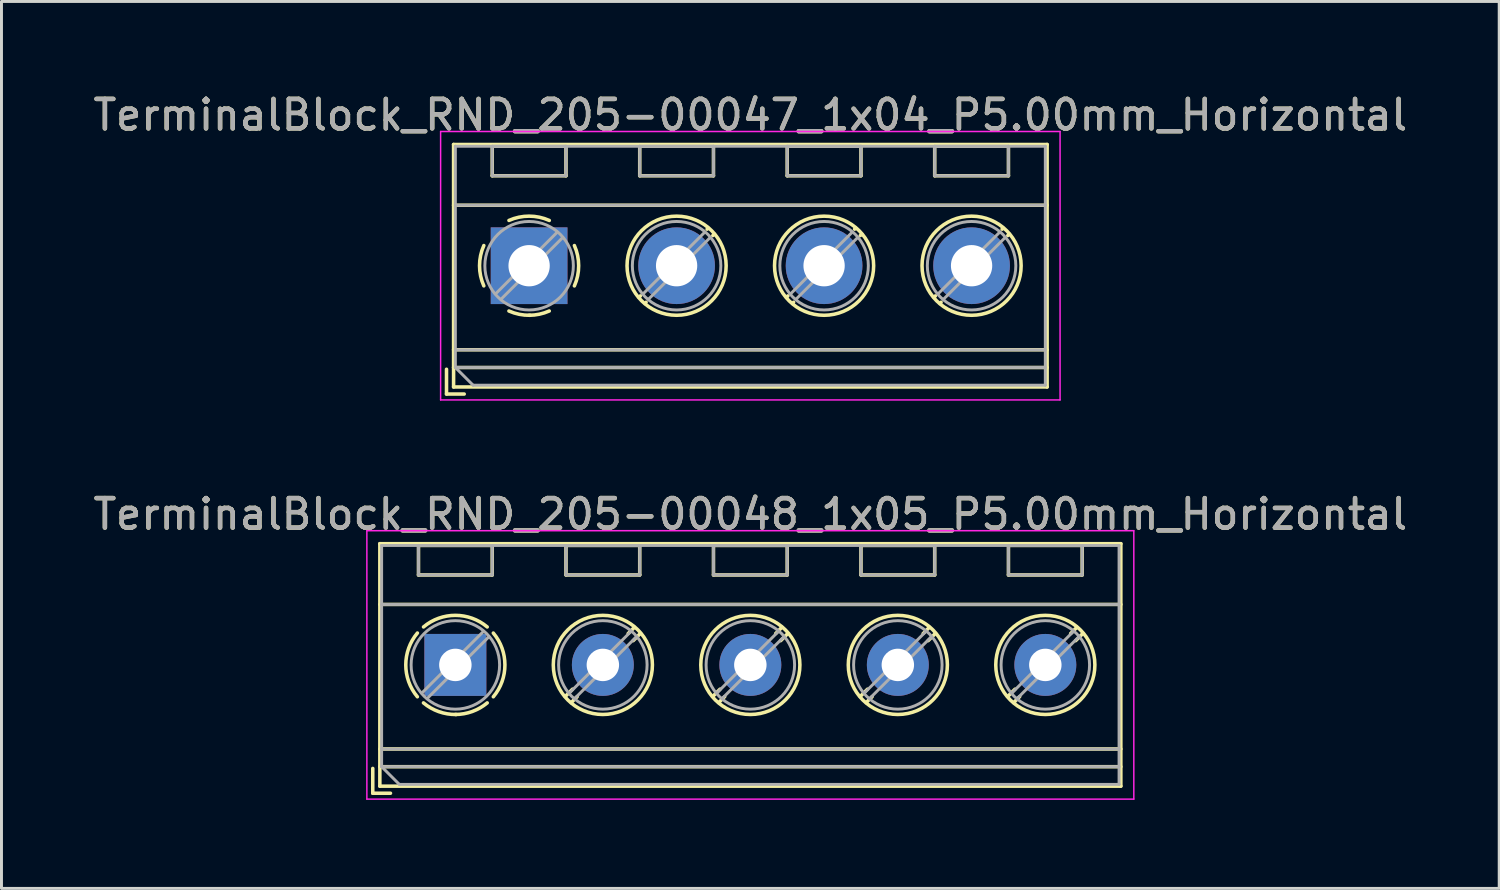
<source format=kicad_pcb>
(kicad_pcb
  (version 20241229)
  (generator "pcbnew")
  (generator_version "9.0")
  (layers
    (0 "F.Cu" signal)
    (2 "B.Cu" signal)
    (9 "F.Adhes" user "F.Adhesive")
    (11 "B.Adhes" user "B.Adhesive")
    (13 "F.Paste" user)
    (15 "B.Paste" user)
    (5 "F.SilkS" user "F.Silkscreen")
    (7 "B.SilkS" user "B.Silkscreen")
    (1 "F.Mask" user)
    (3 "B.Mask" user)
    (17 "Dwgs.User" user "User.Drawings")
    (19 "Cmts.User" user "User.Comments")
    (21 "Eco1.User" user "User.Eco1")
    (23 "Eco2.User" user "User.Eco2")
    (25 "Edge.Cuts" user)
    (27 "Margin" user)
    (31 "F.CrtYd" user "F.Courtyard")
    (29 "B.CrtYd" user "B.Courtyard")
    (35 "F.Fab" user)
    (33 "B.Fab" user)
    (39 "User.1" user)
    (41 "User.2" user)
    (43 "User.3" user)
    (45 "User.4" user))
  (footprint "TerminalBlock_RND_205-00048_1x05_P5.00mm_Horizontal"
    (layer "F.Cu")
    (at 12.387 19.491)
    (property "Reference" "TerminalBlock_RND_205-00048_1x05_P5.00mm_Horizontal" (at 10 -5.11 0) (layer "F.SilkS") (effects (font (size 1 1) (thickness 0.15))))
    (attr through_hole)
    (fp_line (start -2.8 3.51) (end -2.8 4.35) (stroke (width 0.12) (type solid)) (layer "F.SilkS"))
    (fp_line (start -2.8 4.35) (end -2.2 4.35) (stroke (width 0.12) (type solid)) (layer "F.SilkS"))
    (fp_line (start -2.56 -4.11) (end -2.56 4.11) (stroke (width 0.12) (type solid)) (layer "F.SilkS"))
    (fp_line (start -2.56 -4.11) (end 22.56 -4.11) (stroke (width 0.12) (type solid)) (layer "F.SilkS"))
    (fp_line (start -2.56 -2.05) (end 22.56 -2.05) (stroke (width 0.12) (type solid)) (layer "F.SilkS"))
    (fp_line (start -2.56 2.85) (end 22.56 2.85) (stroke (width 0.12) (type solid)) (layer "F.SilkS"))
    (fp_line (start -2.56 3.45) (end 22.56 3.45) (stroke (width 0.12) (type solid)) (layer "F.SilkS"))
    (fp_line (start -2.56 4.11) (end 22.56 4.11) (stroke (width 0.12) (type solid)) (layer "F.SilkS"))
    (fp_line (start -1.25 -4.05) (end -1.25 -3.05) (stroke (width 0.12) (type solid)) (layer "F.SilkS"))
    (fp_line (start -1.25 -4.05) (end 1.25 -4.05) (stroke (width 0.12) (type solid)) (layer "F.SilkS"))
    (fp_line (start -1.25 -3.05) (end 1.25 -3.05) (stroke (width 0.12) (type solid)) (layer "F.SilkS"))
    (fp_line (start 1.25 -4.05) (end 1.25 -3.05) (stroke (width 0.12) (type solid)) (layer "F.SilkS"))
    (fp_line (start 3.75 -4.05) (end 3.75 -3.05) (stroke (width 0.12) (type solid)) (layer "F.SilkS"))
    (fp_line (start 3.75 -4.05) (end 6.25 -4.05) (stroke (width 0.12) (type solid)) (layer "F.SilkS"))
    (fp_line (start 3.75 -3.05) (end 6.25 -3.05) (stroke (width 0.12) (type solid)) (layer "F.SilkS"))
    (fp_line (start 3.972 0.823) (end 3.726 1.069) (stroke (width 0.12) (type solid)) (layer "F.SilkS"))
    (fp_line (start 4.13 1.075) (end 3.931 1.274) (stroke (width 0.12) (type solid)) (layer "F.SilkS"))
    (fp_line (start 6.07 -1.275) (end 5.859 -1.064) (stroke (width 0.12) (type solid)) (layer "F.SilkS"))
    (fp_line (start 6.25 -4.05) (end 6.25 -3.05) (stroke (width 0.12) (type solid)) (layer "F.SilkS"))
    (fp_line (start 6.275 -1.069) (end 6.029 -0.823) (stroke (width 0.12) (type solid)) (layer "F.SilkS"))
    (fp_line (start 8.75 -4.05) (end 8.75 -3.05) (stroke (width 0.12) (type solid)) (layer "F.SilkS"))
    (fp_line (start 8.75 -4.05) (end 11.25 -4.05) (stroke (width 0.12) (type solid)) (layer "F.SilkS"))
    (fp_line (start 8.75 -3.05) (end 11.25 -3.05) (stroke (width 0.12) (type solid)) (layer "F.SilkS"))
    (fp_line (start 8.972 0.823) (end 8.726 1.069) (stroke (width 0.12) (type solid)) (layer "F.SilkS"))
    (fp_line (start 9.13 1.075) (end 8.931 1.274) (stroke (width 0.12) (type solid)) (layer "F.SilkS"))
    (fp_line (start 11.07 -1.275) (end 10.859 -1.064) (stroke (width 0.12) (type solid)) (layer "F.SilkS"))
    (fp_line (start 11.25 -4.05) (end 11.25 -3.05) (stroke (width 0.12) (type solid)) (layer "F.SilkS"))
    (fp_line (start 11.275 -1.069) (end 11.029 -0.823) (stroke (width 0.12) (type solid)) (layer "F.SilkS"))
    (fp_line (start 13.75 -4.05) (end 13.75 -3.05) (stroke (width 0.12) (type solid)) (layer "F.SilkS"))
    (fp_line (start 13.75 -4.05) (end 16.25 -4.05) (stroke (width 0.12) (type solid)) (layer "F.SilkS"))
    (fp_line (start 13.75 -3.05) (end 16.25 -3.05) (stroke (width 0.12) (type solid)) (layer "F.SilkS"))
    (fp_line (start 13.972 0.823) (end 13.726 1.069) (stroke (width 0.12) (type solid)) (layer "F.SilkS"))
    (fp_line (start 14.13 1.075) (end 13.931 1.274) (stroke (width 0.12) (type solid)) (layer "F.SilkS"))
    (fp_line (start 16.07 -1.275) (end 15.859 -1.064) (stroke (width 0.12) (type solid)) (layer "F.SilkS"))
    (fp_line (start 16.25 -4.05) (end 16.25 -3.05) (stroke (width 0.12) (type solid)) (layer "F.SilkS"))
    (fp_line (start 16.275 -1.069) (end 16.029 -0.823) (stroke (width 0.12) (type solid)) (layer "F.SilkS"))
    (fp_line (start 18.75 -4.05) (end 18.75 -3.05) (stroke (width 0.12) (type solid)) (layer "F.SilkS"))
    (fp_line (start 18.75 -4.05) (end 21.25 -4.05) (stroke (width 0.12) (type solid)) (layer "F.SilkS"))
    (fp_line (start 18.75 -3.05) (end 21.25 -3.05) (stroke (width 0.12) (type solid)) (layer "F.SilkS"))
    (fp_line (start 18.972 0.823) (end 18.726 1.069) (stroke (width 0.12) (type solid)) (layer "F.SilkS"))
    (fp_line (start 19.13 1.075) (end 18.931 1.274) (stroke (width 0.12) (type solid)) (layer "F.SilkS"))
    (fp_line (start 21.07 -1.275) (end 20.859 -1.064) (stroke (width 0.12) (type solid)) (layer "F.SilkS"))
    (fp_line (start 21.25 -4.05) (end 21.25 -3.05) (stroke (width 0.12) (type solid)) (layer "F.SilkS"))
    (fp_line (start 21.275 -1.069) (end 21.029 -0.823) (stroke (width 0.12) (type solid)) (layer "F.SilkS"))
    (fp_line (start 22.56 -4.11) (end 22.56 4.11) (stroke (width 0.12) (type solid)) (layer "F.SilkS"))
    (fp_arc (start -1.288062 1.079734) (mid -1.680752 -0.000826) (end -1.287 -1.081) (stroke (width 0.12) (type solid)) (layer "F.SilkS"))
    (fp_arc (start -1.079908 -1.287078) (mid 0.00006 -1.68011) (end 1.08 -1.287) (stroke (width 0.12) (type solid)) (layer "F.SilkS"))
    (fp_arc (start 0.028507 1.680511) (mid -0.561826 1.584071) (end -1.081 1.287) (stroke (width 0.12) (type solid)) (layer "F.SilkS"))
    (fp_arc (start 1.079883 1.286955) (mid 0.574594 1.578684) (end 0 1.68) (stroke (width 0.12) (type solid)) (layer "F.SilkS"))
    (fp_arc (start 1.287078 -1.079908) (mid 1.68011 0.00006) (end 1.287 1.08) (stroke (width 0.12) (type solid)) (layer "F.SilkS"))
    (fp_circle (center 5 0) (end 6.68 0) (stroke (width 0.12) (type solid)) (fill no) (layer "F.SilkS"))
    (fp_circle (center 10 0) (end 11.68 0) (stroke (width 0.12) (type solid)) (fill no) (layer "F.SilkS"))
    (fp_circle (center 15 0) (end 16.68 0) (stroke (width 0.12) (type solid)) (fill no) (layer "F.SilkS"))
    (fp_circle (center 20 0) (end 21.68 0) (stroke (width 0.12) (type solid)) (fill no) (layer "F.SilkS"))
    (fp_line (start -3 -4.55) (end -3 4.55) (stroke (width 0.05) (type solid)) (layer "F.CrtYd"))
    (fp_line (start -3 4.55) (end 23 4.55) (stroke (width 0.05) (type solid)) (layer "F.CrtYd"))
    (fp_line (start 23 -4.55) (end -3 -4.55) (stroke (width 0.05) (type solid)) (layer "F.CrtYd"))
    (fp_line (start 23 4.55) (end 23 -4.55) (stroke (width 0.05) (type solid)) (layer "F.CrtYd"))
    (fp_line (start -2.5 -4.05) (end 22.5 -4.05) (stroke (width 0.1) (type solid)) (layer "F.Fab"))
    (fp_line (start -2.5 -2.05) (end 22.5 -2.05) (stroke (width 0.1) (type solid)) (layer "F.Fab"))
    (fp_line (start -2.5 2.85) (end 22.5 2.85) (stroke (width 0.1) (type solid)) (layer "F.Fab"))
    (fp_line (start -2.5 3.45) (end -2.5 -4.05) (stroke (width 0.1) (type solid)) (layer "F.Fab"))
    (fp_line (start -2.5 3.45) (end 22.5 3.45) (stroke (width 0.1) (type solid)) (layer "F.Fab"))
    (fp_line (start -1.9 4.05) (end -2.5 3.45) (stroke (width 0.1) (type solid)) (layer "F.Fab"))
    (fp_line (start -1.25 -4.05) (end -1.25 -3.05) (stroke (width 0.1) (type solid)) (layer "F.Fab"))
    (fp_line (start -1.25 -3.05) (end 1.25 -3.05) (stroke (width 0.1) (type solid)) (layer "F.Fab"))
    (fp_line (start 0.955 -1.138) (end -1.138 0.955) (stroke (width 0.1) (type solid)) (layer "F.Fab"))
    (fp_line (start 1.138 -0.955) (end -0.955 1.138) (stroke (width 0.1) (type solid)) (layer "F.Fab"))
    (fp_line (start 1.25 -4.05) (end -1.25 -4.05) (stroke (width 0.1) (type solid)) (layer "F.Fab"))
    (fp_line (start 1.25 -3.05) (end 1.25 -4.05) (stroke (width 0.1) (type solid)) (layer "F.Fab"))
    (fp_line (start 3.75 -4.05) (end 3.75 -3.05) (stroke (width 0.1) (type solid)) (layer "F.Fab"))
    (fp_line (start 3.75 -3.05) (end 6.25 -3.05) (stroke (width 0.1) (type solid)) (layer "F.Fab"))
    (fp_line (start 5.955 -1.138) (end 3.863 0.955) (stroke (width 0.1) (type solid)) (layer "F.Fab"))
    (fp_line (start 6.138 -0.955) (end 4.046 1.138) (stroke (width 0.1) (type solid)) (layer "F.Fab"))
    (fp_line (start 6.25 -4.05) (end 3.75 -4.05) (stroke (width 0.1) (type solid)) (layer "F.Fab"))
    (fp_line (start 6.25 -3.05) (end 6.25 -4.05) (stroke (width 0.1) (type solid)) (layer "F.Fab"))
    (fp_line (start 8.75 -4.05) (end 8.75 -3.05) (stroke (width 0.1) (type solid)) (layer "F.Fab"))
    (fp_line (start 8.75 -3.05) (end 11.25 -3.05) (stroke (width 0.1) (type solid)) (layer "F.Fab"))
    (fp_line (start 10.955 -1.138) (end 8.863 0.955) (stroke (width 0.1) (type solid)) (layer "F.Fab"))
    (fp_line (start 11.138 -0.955) (end 9.046 1.138) (stroke (width 0.1) (type solid)) (layer "F.Fab"))
    (fp_line (start 11.25 -4.05) (end 8.75 -4.05) (stroke (width 0.1) (type solid)) (layer "F.Fab"))
    (fp_line (start 11.25 -3.05) (end 11.25 -4.05) (stroke (width 0.1) (type solid)) (layer "F.Fab"))
    (fp_line (start 13.75 -4.05) (end 13.75 -3.05) (stroke (width 0.1) (type solid)) (layer "F.Fab"))
    (fp_line (start 13.75 -3.05) (end 16.25 -3.05) (stroke (width 0.1) (type solid)) (layer "F.Fab"))
    (fp_line (start 15.955 -1.138) (end 13.863 0.955) (stroke (width 0.1) (type solid)) (layer "F.Fab"))
    (fp_line (start 16.138 -0.955) (end 14.046 1.138) (stroke (width 0.1) (type solid)) (layer "F.Fab"))
    (fp_line (start 16.25 -4.05) (end 13.75 -4.05) (stroke (width 0.1) (type solid)) (layer "F.Fab"))
    (fp_line (start 16.25 -3.05) (end 16.25 -4.05) (stroke (width 0.1) (type solid)) (layer "F.Fab"))
    (fp_line (start 18.75 -4.05) (end 18.75 -3.05) (stroke (width 0.1) (type solid)) (layer "F.Fab"))
    (fp_line (start 18.75 -3.05) (end 21.25 -3.05) (stroke (width 0.1) (type solid)) (layer "F.Fab"))
    (fp_line (start 20.955 -1.138) (end 18.863 0.955) (stroke (width 0.1) (type solid)) (layer "F.Fab"))
    (fp_line (start 21.138 -0.955) (end 19.046 1.138) (stroke (width 0.1) (type solid)) (layer "F.Fab"))
    (fp_line (start 21.25 -4.05) (end 18.75 -4.05) (stroke (width 0.1) (type solid)) (layer "F.Fab"))
    (fp_line (start 21.25 -3.05) (end 21.25 -4.05) (stroke (width 0.1) (type solid)) (layer "F.Fab"))
    (fp_line (start 22.5 -4.05) (end 22.5 4.05) (stroke (width 0.1) (type solid)) (layer "F.Fab"))
    (fp_line (start 22.5 4.05) (end -1.9 4.05) (stroke (width 0.1) (type solid)) (layer "F.Fab"))
    (fp_circle (center 0 0) (end 1.5 0) (stroke (width 0.1) (type solid)) (fill no) (layer "F.Fab"))
    (fp_circle (center 5 0) (end 6.5 0) (stroke (width 0.1) (type solid)) (fill no) (layer "F.Fab"))
    (fp_circle (center 10 0) (end 11.5 0) (stroke (width 0.1) (type solid)) (fill no) (layer "F.Fab"))
    (fp_circle (center 15 0) (end 16.5 0) (stroke (width 0.1) (type solid)) (fill no) (layer "F.Fab"))
    (fp_circle (center 20 0) (end 21.5 0) (stroke (width 0.1) (type solid)) (fill no) (layer "F.Fab"))
    (fp_text user "${REFERENCE}" (at 10 -5.11 0) (layer "F.Fab") (effects (font (size 1 1) (thickness 0.15))))
    (pad "1" thru_hole rect (at 0 0) (size 2.1 2.1) (drill 1.1) (layers "*.Cu" "*.Mask"))
    (pad "2" thru_hole circle (at 5 0) (size 2.1 2.1) (drill 1.1) (layers "*.Cu" "*.Mask"))
    (pad "3" thru_hole circle (at 10 0) (size 2.1 2.1) (drill 1.1) (layers "*.Cu" "*.Mask"))
    (pad "4" thru_hole circle (at 15 0) (size 2.1 2.1) (drill 1.1) (layers "*.Cu" "*.Mask"))
    (pad "5" thru_hole circle (at 20 0) (size 2.1 2.1) (drill 1.1) (layers "*.Cu" "*.Mask")))
  (footprint "TerminalBlock_RND_205-00047_1x04_P5.00mm_Horizontal"
    (layer "F.Cu")
    (at 14.887 5.958)
    (property "Reference" "TerminalBlock_RND_205-00047_1x04_P5.00mm_Horizontal" (at 7.5 -5.11 0) (layer "F.SilkS") (effects (font (size 1 1) (thickness 0.15))))
    (attr through_hole)
    (fp_line (start -2.8 3.51) (end -2.8 4.35) (stroke (width 0.12) (type solid)) (layer "F.SilkS"))
    (fp_line (start -2.8 4.35) (end -2.2 4.35) (stroke (width 0.12) (type solid)) (layer "F.SilkS"))
    (fp_line (start -2.56 -4.11) (end -2.56 4.11) (stroke (width 0.12) (type solid)) (layer "F.SilkS"))
    (fp_line (start -2.56 -4.11) (end 17.561 -4.11) (stroke (width 0.12) (type solid)) (layer "F.SilkS"))
    (fp_line (start -2.56 -2.05) (end 17.561 -2.05) (stroke (width 0.12) (type solid)) (layer "F.SilkS"))
    (fp_line (start -2.56 2.85) (end 17.561 2.85) (stroke (width 0.12) (type solid)) (layer "F.SilkS"))
    (fp_line (start -2.56 3.45) (end 17.561 3.45) (stroke (width 0.12) (type solid)) (layer "F.SilkS"))
    (fp_line (start -2.56 4.11) (end 17.561 4.11) (stroke (width 0.12) (type solid)) (layer "F.SilkS"))
    (fp_line (start -1.25 -4.05) (end -1.25 -3.05) (stroke (width 0.12) (type solid)) (layer "F.SilkS"))
    (fp_line (start -1.25 -4.05) (end 1.25 -4.05) (stroke (width 0.12) (type solid)) (layer "F.SilkS"))
    (fp_line (start -1.25 -3.05) (end 1.25 -3.05) (stroke (width 0.12) (type solid)) (layer "F.SilkS"))
    (fp_line (start 1.25 -4.05) (end 1.25 -3.05) (stroke (width 0.12) (type solid)) (layer "F.SilkS"))
    (fp_line (start 3.75 -4.05) (end 3.75 -3.05) (stroke (width 0.12) (type solid)) (layer "F.SilkS"))
    (fp_line (start 3.75 -4.05) (end 6.25 -4.05) (stroke (width 0.12) (type solid)) (layer "F.SilkS"))
    (fp_line (start 3.75 -3.05) (end 6.25 -3.05) (stroke (width 0.12) (type solid)) (layer "F.SilkS"))
    (fp_line (start 3.773 1.023) (end 3.726 1.069) (stroke (width 0.12) (type solid)) (layer "F.SilkS"))
    (fp_line (start 3.966 1.239) (end 3.931 1.274) (stroke (width 0.12) (type solid)) (layer "F.SilkS"))
    (fp_line (start 6.07 -1.275) (end 6.035 -1.239) (stroke (width 0.12) (type solid)) (layer "F.SilkS"))
    (fp_line (start 6.25 -4.05) (end 6.25 -3.05) (stroke (width 0.12) (type solid)) (layer "F.SilkS"))
    (fp_line (start 6.275 -1.069) (end 6.228 -1.023) (stroke (width 0.12) (type solid)) (layer "F.SilkS"))
    (fp_line (start 8.75 -4.05) (end 8.75 -3.05) (stroke (width 0.12) (type solid)) (layer "F.SilkS"))
    (fp_line (start 8.75 -4.05) (end 11.25 -4.05) (stroke (width 0.12) (type solid)) (layer "F.SilkS"))
    (fp_line (start 8.75 -3.05) (end 11.25 -3.05) (stroke (width 0.12) (type solid)) (layer "F.SilkS"))
    (fp_line (start 8.773 1.023) (end 8.726 1.069) (stroke (width 0.12) (type solid)) (layer "F.SilkS"))
    (fp_line (start 8.966 1.239) (end 8.931 1.274) (stroke (width 0.12) (type solid)) (layer "F.SilkS"))
    (fp_line (start 11.07 -1.275) (end 11.035 -1.239) (stroke (width 0.12) (type solid)) (layer "F.SilkS"))
    (fp_line (start 11.25 -4.05) (end 11.25 -3.05) (stroke (width 0.12) (type solid)) (layer "F.SilkS"))
    (fp_line (start 11.275 -1.069) (end 11.228 -1.023) (stroke (width 0.12) (type solid)) (layer "F.SilkS"))
    (fp_line (start 13.75 -4.05) (end 13.75 -3.05) (stroke (width 0.12) (type solid)) (layer "F.SilkS"))
    (fp_line (start 13.75 -4.05) (end 16.25 -4.05) (stroke (width 0.12) (type solid)) (layer "F.SilkS"))
    (fp_line (start 13.75 -3.05) (end 16.25 -3.05) (stroke (width 0.12) (type solid)) (layer "F.SilkS"))
    (fp_line (start 13.773 1.023) (end 13.726 1.069) (stroke (width 0.12) (type solid)) (layer "F.SilkS"))
    (fp_line (start 13.966 1.239) (end 13.931 1.274) (stroke (width 0.12) (type solid)) (layer "F.SilkS"))
    (fp_line (start 16.07 -1.275) (end 16.035 -1.239) (stroke (width 0.12) (type solid)) (layer "F.SilkS"))
    (fp_line (start 16.25 -4.05) (end 16.25 -3.05) (stroke (width 0.12) (type solid)) (layer "F.SilkS"))
    (fp_line (start 16.275 -1.069) (end 16.228 -1.023) (stroke (width 0.12) (type solid)) (layer "F.SilkS"))
    (fp_line (start 17.561 -4.11) (end 17.561 4.11) (stroke (width 0.12) (type solid)) (layer "F.SilkS"))
    (fp_arc (start -1.535427 0.683042) (mid -1.680501 -0.000524) (end -1.535 -0.684) (stroke (width 0.12) (type solid)) (layer "F.SilkS"))
    (fp_arc (start -0.683042 -1.535427) (mid 0.000524 -1.680501) (end 0.684 -1.535) (stroke (width 0.12) (type solid)) (layer "F.SilkS"))
    (fp_arc (start 0.028805 1.680253) (mid -0.335551 1.646659) (end -0.684 1.535) (stroke (width 0.12) (type solid)) (layer "F.SilkS"))
    (fp_arc (start 0.683318 1.534756) (mid 0.349292 1.643288) (end 0 1.68) (stroke (width 0.12) (type solid)) (layer "F.SilkS"))
    (fp_arc (start 1.535427 -0.683042) (mid 1.680501 0.000524) (end 1.535 0.684) (stroke (width 0.12) (type solid)) (layer "F.SilkS"))
    (fp_circle (center 5 0) (end 6.68 0) (stroke (width 0.12) (type solid)) (fill no) (layer "F.SilkS"))
    (fp_circle (center 10 0) (end 11.68 0) (stroke (width 0.12) (type solid)) (fill no) (layer "F.SilkS"))
    (fp_circle (center 15 0) (end 16.68 0) (stroke (width 0.12) (type solid)) (fill no) (layer "F.SilkS"))
    (fp_line (start -3 -4.55) (end -3 4.55) (stroke (width 0.05) (type solid)) (layer "F.CrtYd"))
    (fp_line (start -3 4.55) (end 18 4.55) (stroke (width 0.05) (type solid)) (layer "F.CrtYd"))
    (fp_line (start 18 -4.55) (end -3 -4.55) (stroke (width 0.05) (type solid)) (layer "F.CrtYd"))
    (fp_line (start 18 4.55) (end 18 -4.55) (stroke (width 0.05) (type solid)) (layer "F.CrtYd"))
    (fp_line (start -2.5 -4.05) (end 17.5 -4.05) (stroke (width 0.1) (type solid)) (layer "F.Fab"))
    (fp_line (start -2.5 -2.05) (end 17.5 -2.05) (stroke (width 0.1) (type solid)) (layer "F.Fab"))
    (fp_line (start -2.5 2.85) (end 17.5 2.85) (stroke (width 0.1) (type solid)) (layer "F.Fab"))
    (fp_line (start -2.5 3.45) (end -2.5 -4.05) (stroke (width 0.1) (type solid)) (layer "F.Fab"))
    (fp_line (start -2.5 3.45) (end 17.5 3.45) (stroke (width 0.1) (type solid)) (layer "F.Fab"))
    (fp_line (start -1.9 4.05) (end -2.5 3.45) (stroke (width 0.1) (type solid)) (layer "F.Fab"))
    (fp_line (start -1.25 -4.05) (end -1.25 -3.05) (stroke (width 0.1) (type solid)) (layer "F.Fab"))
    (fp_line (start -1.25 -3.05) (end 1.25 -3.05) (stroke (width 0.1) (type solid)) (layer "F.Fab"))
    (fp_line (start 0.955 -1.138) (end -1.138 0.955) (stroke (width 0.1) (type solid)) (layer "F.Fab"))
    (fp_line (start 1.138 -0.955) (end -0.955 1.138) (stroke (width 0.1) (type solid)) (layer "F.Fab"))
    (fp_line (start 1.25 -4.05) (end -1.25 -4.05) (stroke (width 0.1) (type solid)) (layer "F.Fab"))
    (fp_line (start 1.25 -3.05) (end 1.25 -4.05) (stroke (width 0.1) (type solid)) (layer "F.Fab"))
    (fp_line (start 3.75 -4.05) (end 3.75 -3.05) (stroke (width 0.1) (type solid)) (layer "F.Fab"))
    (fp_line (start 3.75 -3.05) (end 6.25 -3.05) (stroke (width 0.1) (type solid)) (layer "F.Fab"))
    (fp_line (start 5.955 -1.138) (end 3.863 0.955) (stroke (width 0.1) (type solid)) (layer "F.Fab"))
    (fp_line (start 6.138 -0.955) (end 4.046 1.138) (stroke (width 0.1) (type solid)) (layer "F.Fab"))
    (fp_line (start 6.25 -4.05) (end 3.75 -4.05) (stroke (width 0.1) (type solid)) (layer "F.Fab"))
    (fp_line (start 6.25 -3.05) (end 6.25 -4.05) (stroke (width 0.1) (type solid)) (layer "F.Fab"))
    (fp_line (start 8.75 -4.05) (end 8.75 -3.05) (stroke (width 0.1) (type solid)) (layer "F.Fab"))
    (fp_line (start 8.75 -3.05) (end 11.25 -3.05) (stroke (width 0.1) (type solid)) (layer "F.Fab"))
    (fp_line (start 10.955 -1.138) (end 8.863 0.955) (stroke (width 0.1) (type solid)) (layer "F.Fab"))
    (fp_line (start 11.138 -0.955) (end 9.046 1.138) (stroke (width 0.1) (type solid)) (layer "F.Fab"))
    (fp_line (start 11.25 -4.05) (end 8.75 -4.05) (stroke (width 0.1) (type solid)) (layer "F.Fab"))
    (fp_line (start 11.25 -3.05) (end 11.25 -4.05) (stroke (width 0.1) (type solid)) (layer "F.Fab"))
    (fp_line (start 13.75 -4.05) (end 13.75 -3.05) (stroke (width 0.1) (type solid)) (layer "F.Fab"))
    (fp_line (start 13.75 -3.05) (end 16.25 -3.05) (stroke (width 0.1) (type solid)) (layer "F.Fab"))
    (fp_line (start 15.955 -1.138) (end 13.863 0.955) (stroke (width 0.1) (type solid)) (layer "F.Fab"))
    (fp_line (start 16.138 -0.955) (end 14.046 1.138) (stroke (width 0.1) (type solid)) (layer "F.Fab"))
    (fp_line (start 16.25 -4.05) (end 13.75 -4.05) (stroke (width 0.1) (type solid)) (layer "F.Fab"))
    (fp_line (start 16.25 -3.05) (end 16.25 -4.05) (stroke (width 0.1) (type solid)) (layer "F.Fab"))
    (fp_line (start 17.5 -4.05) (end 17.5 4.05) (stroke (width 0.1) (type solid)) (layer "F.Fab"))
    (fp_line (start 17.5 4.05) (end -1.9 4.05) (stroke (width 0.1) (type solid)) (layer "F.Fab"))
    (fp_circle (center 0 0) (end 1.5 0) (stroke (width 0.1) (type solid)) (fill no) (layer "F.Fab"))
    (fp_circle (center 5 0) (end 6.5 0) (stroke (width 0.1) (type solid)) (fill no) (layer "F.Fab"))
    (fp_circle (center 10 0) (end 11.5 0) (stroke (width 0.1) (type solid)) (fill no) (layer "F.Fab"))
    (fp_circle (center 15 0) (end 16.5 0) (stroke (width 0.1) (type solid)) (fill no) (layer "F.Fab"))
    (fp_text user "${REFERENCE}" (at 7.5 -5.11 0) (layer "F.Fab") (effects (font (size 1 1) (thickness 0.15))))
    (pad "1" thru_hole rect (at 0 0) (size 2.6 2.6) (drill 1.4) (layers "*.Cu" "*.Mask"))
    (pad "2" thru_hole circle (at 5 0) (size 2.6 2.6) (drill 1.4) (layers "*.Cu" "*.Mask"))
    (pad "3" thru_hole circle (at 10 0) (size 2.6 2.6) (drill 1.4) (layers "*.Cu" "*.Mask"))
    (pad "4" thru_hole circle (at 15 0) (size 2.6 2.6) (drill 1.4) (layers "*.Cu" "*.Mask")))
  (gr_rect
    (start -3 -3)
    (end 47.774 27.067)
    (stroke (width 0.1) (type default))
    (fill no)
    (layer "Edge.Cuts")))
</source>
